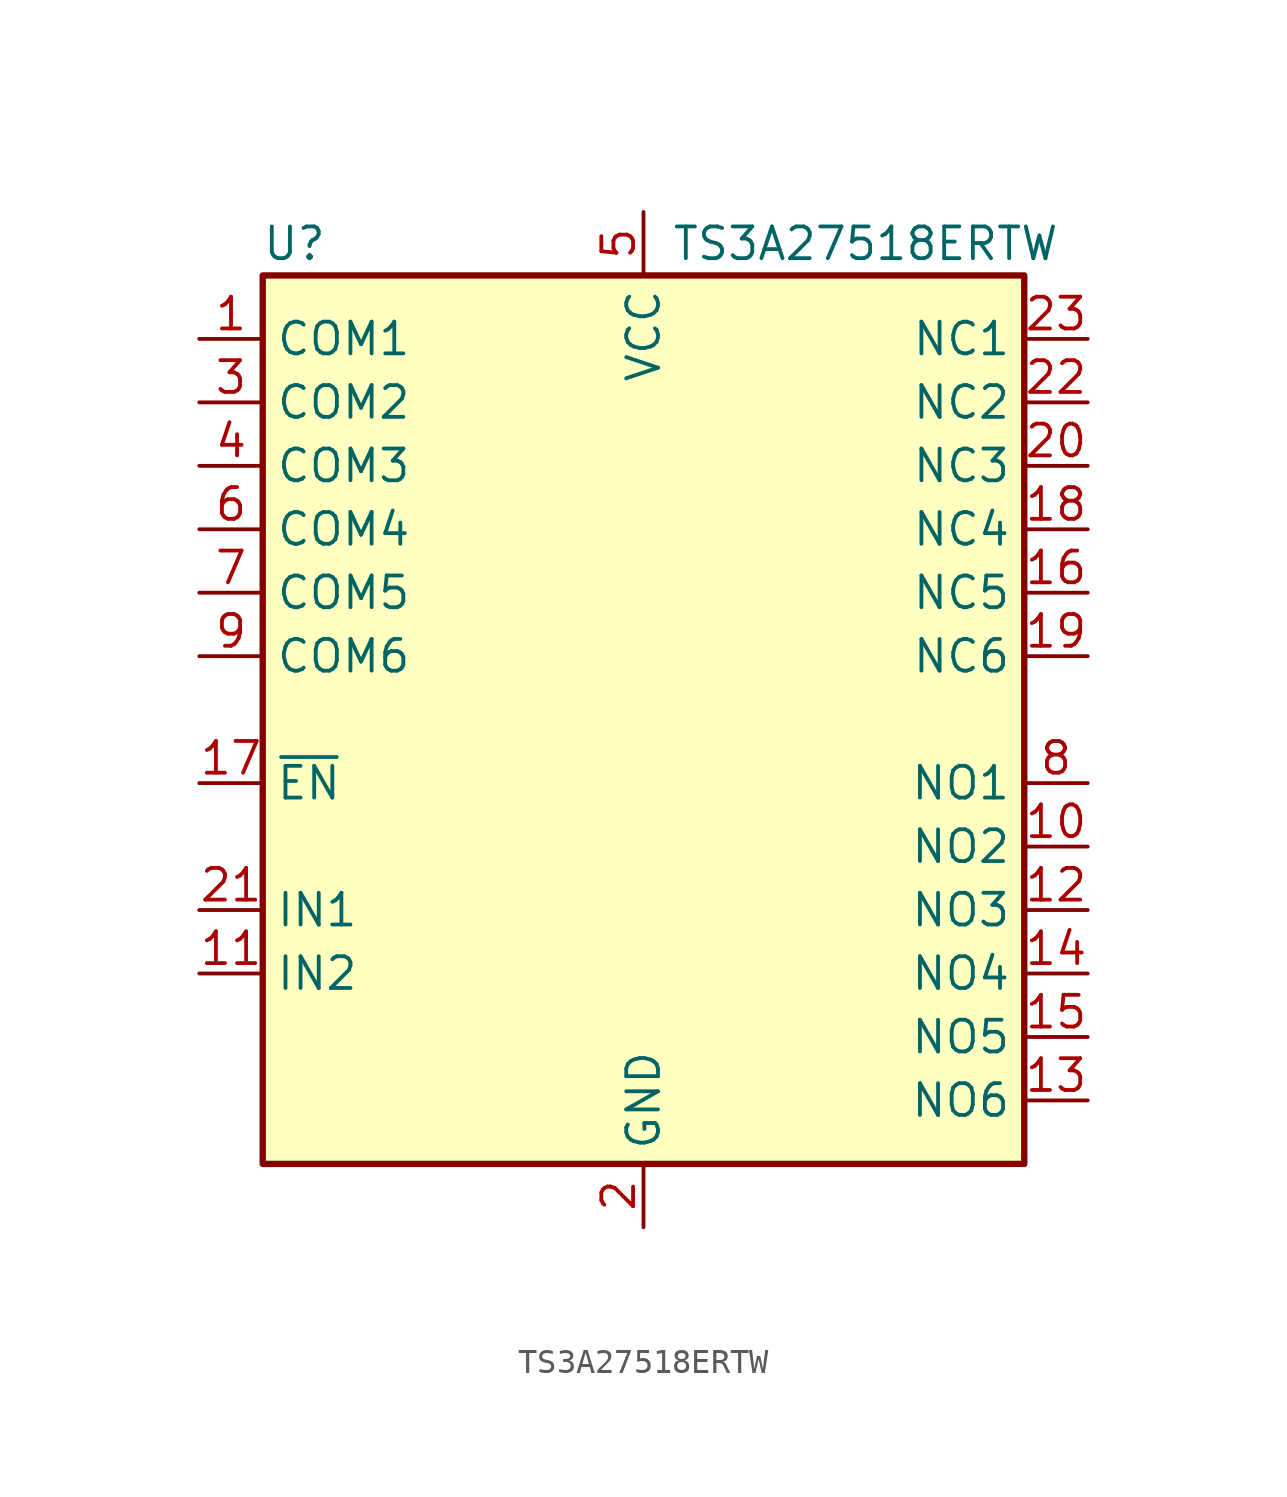
<source format=kicad_sym>
(kicad_symbol_lib
  (version 20200908)
  (generator kicad_symbol_editor)
  (symbol "Analog_Switch:TS3A27518ERTW"
    (property "Reference" "U"
      (at -13.97 19.05 0)
      (effects (font (size 1.27 1.27))))
    (property "Value" "TS3A27518ERTW"
      (at 8.89 19.05 0)
      (effects (font (size 1.27 1.27))))
    (symbol "TS3A27518ERTW_0_1"
      (rectangle (start 15.24 -17.78) (end -15.24 17.78) (stroke (width 0.254)) (fill (type background))))
    (symbol "TS3A27518ERTW_1_1"
      (pin bidirectional line (at -17.78 15.24 0) (length 2.54) (name "COM1" (effects (font (size 1.27 1.27)))) (number "1" (effects (font (size 1.27 1.27)))))
      (pin bidirectional line (at 17.78 -5.08 180) (length 2.54) (name "NO2" (effects (font (size 1.27 1.27)))) (number "10" (effects (font (size 1.27 1.27)))))
      (pin input line (at -17.78 -10.16 0) (length 2.54) (name "IN2" (effects (font (size 1.27 1.27)))) (number "11" (effects (font (size 1.27 1.27)))))
      (pin bidirectional line (at 17.78 -7.62 180) (length 2.54) (name "NO3" (effects (font (size 1.27 1.27)))) (number "12" (effects (font (size 1.27 1.27)))))
      (pin bidirectional line (at 17.78 -15.24 180) (length 2.54) (name "NO6" (effects (font (size 1.27 1.27)))) (number "13" (effects (font (size 1.27 1.27)))))
      (pin bidirectional line (at 17.78 -10.16 180) (length 2.54) (name "NO4" (effects (font (size 1.27 1.27)))) (number "14" (effects (font (size 1.27 1.27)))))
      (pin bidirectional line (at 17.78 -12.7 180) (length 2.54) (name "NO5" (effects (font (size 1.27 1.27)))) (number "15" (effects (font (size 1.27 1.27)))))
      (pin bidirectional line (at 17.78 5.08 180) (length 2.54) (name "NC5" (effects (font (size 1.27 1.27)))) (number "16" (effects (font (size 1.27 1.27)))))
      (pin input line (at -17.78 -2.54 0) (length 2.54) (name "~EN" (effects (font (size 1.27 1.27)))) (number "17" (effects (font (size 1.27 1.27)))))
      (pin bidirectional line (at 17.78 7.62 180) (length 2.54) (name "NC4" (effects (font (size 1.27 1.27)))) (number "18" (effects (font (size 1.27 1.27)))))
      (pin bidirectional line (at 17.78 2.54 180) (length 2.54) (name "NC6" (effects (font (size 1.27 1.27)))) (number "19" (effects (font (size 1.27 1.27)))))
      (pin power_in line (at 0 -20.32 90) (length 2.54) (name "GND" (effects (font (size 1.27 1.27)))) (number "2" (effects (font (size 1.27 1.27)))))
      (pin bidirectional line (at 17.78 10.16 180) (length 2.54) (name "NC3" (effects (font (size 1.27 1.27)))) (number "20" (effects (font (size 1.27 1.27)))))
      (pin input line (at -17.78 -7.62 0) (length 2.54) (name "IN1" (effects (font (size 1.27 1.27)))) (number "21" (effects (font (size 1.27 1.27)))))
      (pin bidirectional line (at 17.78 12.7 180) (length 2.54) (name "NC2" (effects (font (size 1.27 1.27)))) (number "22" (effects (font (size 1.27 1.27)))))
      (pin bidirectional line (at 17.78 15.24 180) (length 2.54) (name "NC1" (effects (font (size 1.27 1.27)))) (number "23" (effects (font (size 1.27 1.27)))))
      (pin unconnected line (at -15.24 -15.24 0) (length 2.54) hide (name "N.C." (effects (font (size 1.27 1.27)))) (number "24" (effects (font (size 1.27 1.27)))))
      (pin passive line (at 0 -20.32 90) (length 2.54) hide (name "GND" (effects (font (size 1.27 1.27)))) (number "25" (effects (font (size 1.27 1.27)))))
      (pin bidirectional line (at -17.78 12.7 0) (length 2.54) (name "COM2" (effects (font (size 1.27 1.27)))) (number "3" (effects (font (size 1.27 1.27)))))
      (pin bidirectional line (at -17.78 10.16 0) (length 2.54) (name "COM3" (effects (font (size 1.27 1.27)))) (number "4" (effects (font (size 1.27 1.27)))))
      (pin power_in line (at 0 20.32 270) (length 2.54) (name "VCC" (effects (font (size 1.27 1.27)))) (number "5" (effects (font (size 1.27 1.27)))))
      (pin bidirectional line (at -17.78 7.62 0) (length 2.54) (name "COM4" (effects (font (size 1.27 1.27)))) (number "6" (effects (font (size 1.27 1.27)))))
      (pin bidirectional line (at -17.78 5.08 0) (length 2.54) (name "COM5" (effects (font (size 1.27 1.27)))) (number "7" (effects (font (size 1.27 1.27)))))
      (pin bidirectional line (at 17.78 -2.54 180) (length 2.54) (name "NO1" (effects (font (size 1.27 1.27)))) (number "8" (effects (font (size 1.27 1.27)))))
      (pin bidirectional line (at -17.78 2.54 0) (length 2.54) (name "COM6" (effects (font (size 1.27 1.27)))) (number "9" (effects (font (size 1.27 1.27))))))))
</source>
